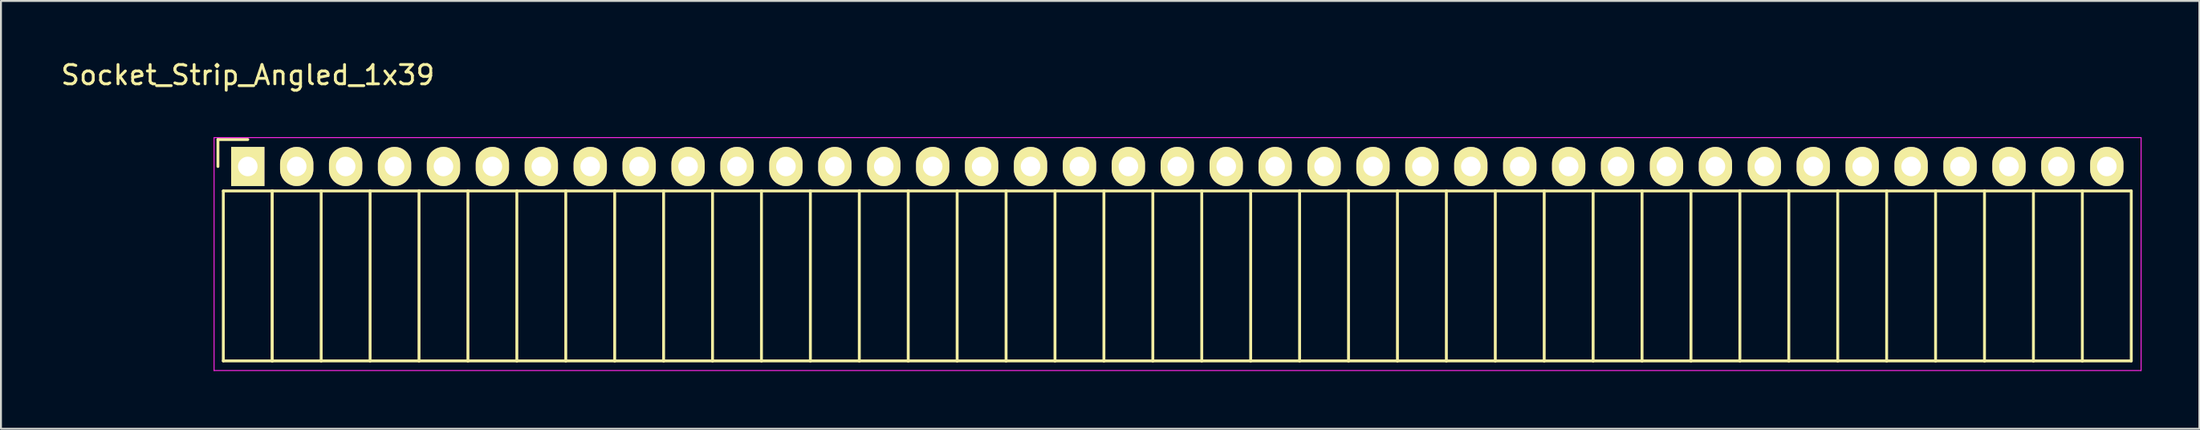
<source format=kicad_pcb>
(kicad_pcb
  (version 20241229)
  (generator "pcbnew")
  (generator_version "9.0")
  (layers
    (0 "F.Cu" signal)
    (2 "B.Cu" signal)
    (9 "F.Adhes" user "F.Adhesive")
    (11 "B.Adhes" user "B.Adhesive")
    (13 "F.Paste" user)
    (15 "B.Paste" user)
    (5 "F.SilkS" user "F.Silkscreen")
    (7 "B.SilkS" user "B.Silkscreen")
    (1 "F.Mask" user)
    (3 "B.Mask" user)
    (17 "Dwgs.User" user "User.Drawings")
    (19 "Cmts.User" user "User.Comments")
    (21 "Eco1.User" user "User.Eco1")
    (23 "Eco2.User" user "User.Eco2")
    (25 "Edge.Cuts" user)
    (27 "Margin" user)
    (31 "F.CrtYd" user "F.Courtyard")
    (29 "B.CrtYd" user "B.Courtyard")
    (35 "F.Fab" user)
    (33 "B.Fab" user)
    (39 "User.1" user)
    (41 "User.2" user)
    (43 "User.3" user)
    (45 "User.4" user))
  (footprint "Socket_Strip_Angled_1x39"
    (layer "F.Cu")
    (at 9.815 5.598)
    (property "Reference" "Socket_Strip_Angled_1x39" (at 0 -4.75 0) (layer "F.SilkS") (effects (font (size 1 1) (thickness 0.15))))
    (attr through_hole)
    (fp_line (start -1.55 -1.4) (end -1.55 0) (stroke (width 0.15) (type solid)) (layer "F.SilkS"))
    (fp_line (start -1.27 1.27) (end -1.27 10.1) (stroke (width 0.15) (type solid)) (layer "F.SilkS"))
    (fp_line (start -1.27 1.27) (end 1.27 1.27) (stroke (width 0.15) (type solid)) (layer "F.SilkS"))
    (fp_line (start -1.27 10.1) (end 1.27 10.1) (stroke (width 0.15) (type solid)) (layer "F.SilkS"))
    (fp_line (start 0 -1.4) (end -1.55 -1.4) (stroke (width 0.15) (type solid)) (layer "F.SilkS"))
    (fp_line (start 1.27 1.27) (end 1.27 10.1) (stroke (width 0.15) (type solid)) (layer "F.SilkS"))
    (fp_line (start 1.27 1.27) (end 3.81 1.27) (stroke (width 0.15) (type solid)) (layer "F.SilkS"))
    (fp_line (start 1.27 10.1) (end 1.27 1.27) (stroke (width 0.15) (type solid)) (layer "F.SilkS"))
    (fp_line (start 1.27 10.1) (end 3.81 10.1) (stroke (width 0.15) (type solid)) (layer "F.SilkS"))
    (fp_line (start 3.81 1.27) (end 6.35 1.27) (stroke (width 0.15) (type solid)) (layer "F.SilkS"))
    (fp_line (start 3.81 10.1) (end 3.81 1.27) (stroke (width 0.15) (type solid)) (layer "F.SilkS"))
    (fp_line (start 3.81 10.1) (end 6.35 10.1) (stroke (width 0.15) (type solid)) (layer "F.SilkS"))
    (fp_line (start 6.35 1.27) (end 8.89 1.27) (stroke (width 0.15) (type solid)) (layer "F.SilkS"))
    (fp_line (start 6.35 10.1) (end 6.35 1.27) (stroke (width 0.15) (type solid)) (layer "F.SilkS"))
    (fp_line (start 6.35 10.1) (end 8.89 10.1) (stroke (width 0.15) (type solid)) (layer "F.SilkS"))
    (fp_line (start 8.89 1.27) (end 11.43 1.27) (stroke (width 0.15) (type solid)) (layer "F.SilkS"))
    (fp_line (start 8.89 10.1) (end 8.89 1.27) (stroke (width 0.15) (type solid)) (layer "F.SilkS"))
    (fp_line (start 8.89 10.1) (end 11.43 10.1) (stroke (width 0.15) (type solid)) (layer "F.SilkS"))
    (fp_line (start 11.43 1.27) (end 13.97 1.27) (stroke (width 0.15) (type solid)) (layer "F.SilkS"))
    (fp_line (start 11.43 10.1) (end 11.43 1.27) (stroke (width 0.15) (type solid)) (layer "F.SilkS"))
    (fp_line (start 11.43 10.1) (end 13.97 10.1) (stroke (width 0.15) (type solid)) (layer "F.SilkS"))
    (fp_line (start 13.97 1.27) (end 16.51 1.27) (stroke (width 0.15) (type solid)) (layer "F.SilkS"))
    (fp_line (start 13.97 10.1) (end 13.97 1.27) (stroke (width 0.15) (type solid)) (layer "F.SilkS"))
    (fp_line (start 13.97 10.1) (end 16.51 10.1) (stroke (width 0.15) (type solid)) (layer "F.SilkS"))
    (fp_line (start 16.51 1.27) (end 19.05 1.27) (stroke (width 0.15) (type solid)) (layer "F.SilkS"))
    (fp_line (start 16.51 10.1) (end 16.51 1.27) (stroke (width 0.15) (type solid)) (layer "F.SilkS"))
    (fp_line (start 16.51 10.1) (end 19.05 10.1) (stroke (width 0.15) (type solid)) (layer "F.SilkS"))
    (fp_line (start 19.05 1.27) (end 21.59 1.27) (stroke (width 0.15) (type solid)) (layer "F.SilkS"))
    (fp_line (start 19.05 10.1) (end 19.05 1.27) (stroke (width 0.15) (type solid)) (layer "F.SilkS"))
    (fp_line (start 19.05 10.1) (end 21.59 10.1) (stroke (width 0.15) (type solid)) (layer "F.SilkS"))
    (fp_line (start 21.59 1.27) (end 24.13 1.27) (stroke (width 0.15) (type solid)) (layer "F.SilkS"))
    (fp_line (start 21.59 10.1) (end 21.59 1.27) (stroke (width 0.15) (type solid)) (layer "F.SilkS"))
    (fp_line (start 21.59 10.1) (end 24.13 10.1) (stroke (width 0.15) (type solid)) (layer "F.SilkS"))
    (fp_line (start 24.13 1.27) (end 26.67 1.27) (stroke (width 0.15) (type solid)) (layer "F.SilkS"))
    (fp_line (start 24.13 10.1) (end 24.13 1.27) (stroke (width 0.15) (type solid)) (layer "F.SilkS"))
    (fp_line (start 24.13 10.1) (end 26.67 10.1) (stroke (width 0.15) (type solid)) (layer "F.SilkS"))
    (fp_line (start 26.67 1.27) (end 29.21 1.27) (stroke (width 0.15) (type solid)) (layer "F.SilkS"))
    (fp_line (start 26.67 10.1) (end 26.67 1.27) (stroke (width 0.15) (type solid)) (layer "F.SilkS"))
    (fp_line (start 26.67 10.1) (end 29.21 10.1) (stroke (width 0.15) (type solid)) (layer "F.SilkS"))
    (fp_line (start 29.21 1.27) (end 31.75 1.27) (stroke (width 0.15) (type solid)) (layer "F.SilkS"))
    (fp_line (start 29.21 10.1) (end 29.21 1.27) (stroke (width 0.15) (type solid)) (layer "F.SilkS"))
    (fp_line (start 29.21 10.1) (end 31.75 10.1) (stroke (width 0.15) (type solid)) (layer "F.SilkS"))
    (fp_line (start 31.75 1.27) (end 34.29 1.27) (stroke (width 0.15) (type solid)) (layer "F.SilkS"))
    (fp_line (start 31.75 10.1) (end 31.75 1.27) (stroke (width 0.15) (type solid)) (layer "F.SilkS"))
    (fp_line (start 31.75 10.1) (end 34.29 10.1) (stroke (width 0.15) (type solid)) (layer "F.SilkS"))
    (fp_line (start 34.29 1.27) (end 36.83 1.27) (stroke (width 0.15) (type solid)) (layer "F.SilkS"))
    (fp_line (start 34.29 10.1) (end 34.29 1.27) (stroke (width 0.15) (type solid)) (layer "F.SilkS"))
    (fp_line (start 34.29 10.1) (end 36.83 10.1) (stroke (width 0.15) (type solid)) (layer "F.SilkS"))
    (fp_line (start 36.83 1.27) (end 39.37 1.27) (stroke (width 0.15) (type solid)) (layer "F.SilkS"))
    (fp_line (start 36.83 10.1) (end 36.83 1.27) (stroke (width 0.15) (type solid)) (layer "F.SilkS"))
    (fp_line (start 36.83 10.1) (end 39.37 10.1) (stroke (width 0.15) (type solid)) (layer "F.SilkS"))
    (fp_line (start 39.37 1.27) (end 41.91 1.27) (stroke (width 0.15) (type solid)) (layer "F.SilkS"))
    (fp_line (start 39.37 10.1) (end 39.37 1.27) (stroke (width 0.15) (type solid)) (layer "F.SilkS"))
    (fp_line (start 39.37 10.1) (end 41.91 10.1) (stroke (width 0.15) (type solid)) (layer "F.SilkS"))
    (fp_line (start 41.91 1.27) (end 44.45 1.27) (stroke (width 0.15) (type solid)) (layer "F.SilkS"))
    (fp_line (start 41.91 10.1) (end 41.91 1.27) (stroke (width 0.15) (type solid)) (layer "F.SilkS"))
    (fp_line (start 41.91 10.1) (end 44.45 10.1) (stroke (width 0.15) (type solid)) (layer "F.SilkS"))
    (fp_line (start 44.45 1.27) (end 46.99 1.27) (stroke (width 0.15) (type solid)) (layer "F.SilkS"))
    (fp_line (start 44.45 10.1) (end 44.45 1.27) (stroke (width 0.15) (type solid)) (layer "F.SilkS"))
    (fp_line (start 44.45 10.1) (end 46.99 10.1) (stroke (width 0.15) (type solid)) (layer "F.SilkS"))
    (fp_line (start 46.99 1.27) (end 49.53 1.27) (stroke (width 0.15) (type solid)) (layer "F.SilkS"))
    (fp_line (start 46.99 10.1) (end 46.99 1.27) (stroke (width 0.15) (type solid)) (layer "F.SilkS"))
    (fp_line (start 46.99 10.1) (end 49.53 10.1) (stroke (width 0.15) (type solid)) (layer "F.SilkS"))
    (fp_line (start 49.53 1.27) (end 52.07 1.27) (stroke (width 0.15) (type solid)) (layer "F.SilkS"))
    (fp_line (start 49.53 10.1) (end 49.53 1.27) (stroke (width 0.15) (type solid)) (layer "F.SilkS"))
    (fp_line (start 49.53 10.1) (end 52.07 10.1) (stroke (width 0.15) (type solid)) (layer "F.SilkS"))
    (fp_line (start 52.07 1.27) (end 54.61 1.27) (stroke (width 0.15) (type solid)) (layer "F.SilkS"))
    (fp_line (start 52.07 10.1) (end 52.07 1.27) (stroke (width 0.15) (type solid)) (layer "F.SilkS"))
    (fp_line (start 52.07 10.1) (end 54.61 10.1) (stroke (width 0.15) (type solid)) (layer "F.SilkS"))
    (fp_line (start 54.61 1.27) (end 57.15 1.27) (stroke (width 0.15) (type solid)) (layer "F.SilkS"))
    (fp_line (start 54.61 10.1) (end 54.61 1.27) (stroke (width 0.15) (type solid)) (layer "F.SilkS"))
    (fp_line (start 54.61 10.1) (end 57.15 10.1) (stroke (width 0.15) (type solid)) (layer "F.SilkS"))
    (fp_line (start 57.15 1.27) (end 59.69 1.27) (stroke (width 0.15) (type solid)) (layer "F.SilkS"))
    (fp_line (start 57.15 10.1) (end 57.15 1.27) (stroke (width 0.15) (type solid)) (layer "F.SilkS"))
    (fp_line (start 57.15 10.1) (end 59.69 10.1) (stroke (width 0.15) (type solid)) (layer "F.SilkS"))
    (fp_line (start 59.69 1.27) (end 62.23 1.27) (stroke (width 0.15) (type solid)) (layer "F.SilkS"))
    (fp_line (start 59.69 10.1) (end 59.69 1.27) (stroke (width 0.15) (type solid)) (layer "F.SilkS"))
    (fp_line (start 59.69 10.1) (end 62.23 10.1) (stroke (width 0.15) (type solid)) (layer "F.SilkS"))
    (fp_line (start 62.23 1.27) (end 64.77 1.27) (stroke (width 0.15) (type solid)) (layer "F.SilkS"))
    (fp_line (start 62.23 10.1) (end 62.23 1.27) (stroke (width 0.15) (type solid)) (layer "F.SilkS"))
    (fp_line (start 62.23 10.1) (end 64.77 10.1) (stroke (width 0.15) (type solid)) (layer "F.SilkS"))
    (fp_line (start 64.77 1.27) (end 67.31 1.27) (stroke (width 0.15) (type solid)) (layer "F.SilkS"))
    (fp_line (start 64.77 10.1) (end 64.77 1.27) (stroke (width 0.15) (type solid)) (layer "F.SilkS"))
    (fp_line (start 64.77 10.1) (end 67.31 10.1) (stroke (width 0.15) (type solid)) (layer "F.SilkS"))
    (fp_line (start 67.31 1.27) (end 69.85 1.27) (stroke (width 0.15) (type solid)) (layer "F.SilkS"))
    (fp_line (start 67.31 10.1) (end 67.31 1.27) (stroke (width 0.15) (type solid)) (layer "F.SilkS"))
    (fp_line (start 67.31 10.1) (end 69.85 10.1) (stroke (width 0.15) (type solid)) (layer "F.SilkS"))
    (fp_line (start 69.85 1.27) (end 72.39 1.27) (stroke (width 0.15) (type solid)) (layer "F.SilkS"))
    (fp_line (start 69.85 10.1) (end 69.85 1.27) (stroke (width 0.15) (type solid)) (layer "F.SilkS"))
    (fp_line (start 69.85 10.1) (end 72.39 10.1) (stroke (width 0.15) (type solid)) (layer "F.SilkS"))
    (fp_line (start 72.39 1.27) (end 74.93 1.27) (stroke (width 0.15) (type solid)) (layer "F.SilkS"))
    (fp_line (start 72.39 10.1) (end 72.39 1.27) (stroke (width 0.15) (type solid)) (layer "F.SilkS"))
    (fp_line (start 72.39 10.1) (end 74.93 10.1) (stroke (width 0.15) (type solid)) (layer "F.SilkS"))
    (fp_line (start 74.93 1.27) (end 77.47 1.27) (stroke (width 0.15) (type solid)) (layer "F.SilkS"))
    (fp_line (start 74.93 10.1) (end 74.93 1.27) (stroke (width 0.15) (type solid)) (layer "F.SilkS"))
    (fp_line (start 74.93 10.1) (end 77.47 10.1) (stroke (width 0.15) (type solid)) (layer "F.SilkS"))
    (fp_line (start 77.47 1.27) (end 80.01 1.27) (stroke (width 0.15) (type solid)) (layer "F.SilkS"))
    (fp_line (start 77.47 10.1) (end 77.47 1.27) (stroke (width 0.15) (type solid)) (layer "F.SilkS"))
    (fp_line (start 77.47 10.1) (end 80.01 10.1) (stroke (width 0.15) (type solid)) (layer "F.SilkS"))
    (fp_line (start 80.01 1.27) (end 82.55 1.27) (stroke (width 0.15) (type solid)) (layer "F.SilkS"))
    (fp_line (start 80.01 10.1) (end 80.01 1.27) (stroke (width 0.15) (type solid)) (layer "F.SilkS"))
    (fp_line (start 80.01 10.1) (end 82.55 10.1) (stroke (width 0.15) (type solid)) (layer "F.SilkS"))
    (fp_line (start 82.55 1.27) (end 85.09 1.27) (stroke (width 0.15) (type solid)) (layer "F.SilkS"))
    (fp_line (start 82.55 10.1) (end 82.55 1.27) (stroke (width 0.15) (type solid)) (layer "F.SilkS"))
    (fp_line (start 82.55 10.1) (end 85.09 10.1) (stroke (width 0.15) (type solid)) (layer "F.SilkS"))
    (fp_line (start 85.09 1.27) (end 87.63 1.27) (stroke (width 0.15) (type solid)) (layer "F.SilkS"))
    (fp_line (start 85.09 10.1) (end 85.09 1.27) (stroke (width 0.15) (type solid)) (layer "F.SilkS"))
    (fp_line (start 85.09 10.1) (end 87.63 10.1) (stroke (width 0.15) (type solid)) (layer "F.SilkS"))
    (fp_line (start 87.63 1.27) (end 90.17 1.27) (stroke (width 0.15) (type solid)) (layer "F.SilkS"))
    (fp_line (start 87.63 10.1) (end 87.63 1.27) (stroke (width 0.15) (type solid)) (layer "F.SilkS"))
    (fp_line (start 87.63 10.1) (end 90.17 10.1) (stroke (width 0.15) (type solid)) (layer "F.SilkS"))
    (fp_line (start 90.17 1.27) (end 92.71 1.27) (stroke (width 0.15) (type solid)) (layer "F.SilkS"))
    (fp_line (start 90.17 10.1) (end 90.17 1.27) (stroke (width 0.15) (type solid)) (layer "F.SilkS"))
    (fp_line (start 90.17 10.1) (end 92.71 10.1) (stroke (width 0.15) (type solid)) (layer "F.SilkS"))
    (fp_line (start 92.71 1.27) (end 95.25 1.27) (stroke (width 0.15) (type solid)) (layer "F.SilkS"))
    (fp_line (start 92.71 10.1) (end 92.71 1.27) (stroke (width 0.15) (type solid)) (layer "F.SilkS"))
    (fp_line (start 92.71 10.1) (end 95.25 10.1) (stroke (width 0.15) (type solid)) (layer "F.SilkS"))
    (fp_line (start 95.25 1.27) (end 97.79 1.27) (stroke (width 0.15) (type solid)) (layer "F.SilkS"))
    (fp_line (start 95.25 10.1) (end 95.25 1.27) (stroke (width 0.15) (type solid)) (layer "F.SilkS"))
    (fp_line (start 95.25 10.1) (end 97.79 10.1) (stroke (width 0.15) (type solid)) (layer "F.SilkS"))
    (fp_line (start 97.79 10.1) (end 97.79 1.27) (stroke (width 0.15) (type solid)) (layer "F.SilkS"))
    (fp_line (start -1.75 -1.5) (end -1.75 10.6) (stroke (width 0.05) (type solid)) (layer "F.CrtYd"))
    (fp_line (start -1.75 -1.5) (end 98.3 -1.5) (stroke (width 0.05) (type solid)) (layer "F.CrtYd"))
    (fp_line (start -1.75 10.6) (end 98.3 10.6) (stroke (width 0.05) (type solid)) (layer "F.CrtYd"))
    (fp_line (start 98.3 -1.5) (end 98.3 10.6) (stroke (width 0.05) (type solid)) (layer "F.CrtYd"))
    (pad "1" thru_hole rect (at 0 0) (size 1.727 2.032) (drill 1.016) (layers "*.Cu" "*.Mask" "F.SilkS"))
    (pad "2" thru_hole oval (at 2.54 0) (size 1.727 2.032) (drill 1.016) (layers "*.Cu" "*.Mask" "F.SilkS"))
    (pad "3" thru_hole oval (at 5.08 0) (size 1.727 2.032) (drill 1.016) (layers "*.Cu" "*.Mask" "F.SilkS"))
    (pad "4" thru_hole oval (at 7.62 0) (size 1.727 2.032) (drill 1.016) (layers "*.Cu" "*.Mask" "F.SilkS"))
    (pad "5" thru_hole oval (at 10.16 0) (size 1.727 2.032) (drill 1.016) (layers "*.Cu" "*.Mask" "F.SilkS"))
    (pad "6" thru_hole oval (at 12.7 0) (size 1.727 2.032) (drill 1.016) (layers "*.Cu" "*.Mask" "F.SilkS"))
    (pad "7" thru_hole oval (at 15.24 0) (size 1.727 2.032) (drill 1.016) (layers "*.Cu" "*.Mask" "F.SilkS"))
    (pad "8" thru_hole oval (at 17.78 0) (size 1.727 2.032) (drill 1.016) (layers "*.Cu" "*.Mask" "F.SilkS"))
    (pad "9" thru_hole oval (at 20.32 0) (size 1.727 2.032) (drill 1.016) (layers "*.Cu" "*.Mask" "F.SilkS"))
    (pad "10" thru_hole oval (at 22.86 0) (size 1.727 2.032) (drill 1.016) (layers "*.Cu" "*.Mask" "F.SilkS"))
    (pad "11" thru_hole oval (at 25.4 0) (size 1.727 2.032) (drill 1.016) (layers "*.Cu" "*.Mask" "F.SilkS"))
    (pad "12" thru_hole oval (at 27.94 0) (size 1.727 2.032) (drill 1.016) (layers "*.Cu" "*.Mask" "F.SilkS"))
    (pad "13" thru_hole oval (at 30.48 0) (size 1.727 2.032) (drill 1.016) (layers "*.Cu" "*.Mask" "F.SilkS"))
    (pad "14" thru_hole oval (at 33.02 0) (size 1.727 2.032) (drill 1.016) (layers "*.Cu" "*.Mask" "F.SilkS"))
    (pad "15" thru_hole oval (at 35.56 0) (size 1.727 2.032) (drill 1.016) (layers "*.Cu" "*.Mask" "F.SilkS"))
    (pad "16" thru_hole oval (at 38.1 0) (size 1.727 2.032) (drill 1.016) (layers "*.Cu" "*.Mask" "F.SilkS"))
    (pad "17" thru_hole oval (at 40.64 0) (size 1.727 2.032) (drill 1.016) (layers "*.Cu" "*.Mask" "F.SilkS"))
    (pad "18" thru_hole oval (at 43.18 0) (size 1.727 2.032) (drill 1.016) (layers "*.Cu" "*.Mask" "F.SilkS"))
    (pad "19" thru_hole oval (at 45.72 0) (size 1.727 2.032) (drill 1.016) (layers "*.Cu" "*.Mask" "F.SilkS"))
    (pad "20" thru_hole oval (at 48.26 0) (size 1.727 2.032) (drill 1.016) (layers "*.Cu" "*.Mask" "F.SilkS"))
    (pad "21" thru_hole oval (at 50.8 0) (size 1.727 2.032) (drill 1.016) (layers "*.Cu" "*.Mask" "F.SilkS"))
    (pad "22" thru_hole oval (at 53.34 0) (size 1.727 2.032) (drill 1.016) (layers "*.Cu" "*.Mask" "F.SilkS"))
    (pad "23" thru_hole oval (at 55.88 0) (size 1.727 2.032) (drill 1.016) (layers "*.Cu" "*.Mask" "F.SilkS"))
    (pad "24" thru_hole oval (at 58.42 0) (size 1.727 2.032) (drill 1.016) (layers "*.Cu" "*.Mask" "F.SilkS"))
    (pad "25" thru_hole oval (at 60.96 0) (size 1.727 2.032) (drill 1.016) (layers "*.Cu" "*.Mask" "F.SilkS"))
    (pad "26" thru_hole oval (at 63.5 0) (size 1.727 2.032) (drill 1.016) (layers "*.Cu" "*.Mask" "F.SilkS"))
    (pad "27" thru_hole oval (at 66.04 0) (size 1.727 2.032) (drill 1.016) (layers "*.Cu" "*.Mask" "F.SilkS"))
    (pad "28" thru_hole oval (at 68.58 0) (size 1.727 2.032) (drill 1.016) (layers "*.Cu" "*.Mask" "F.SilkS"))
    (pad "29" thru_hole oval (at 71.12 0) (size 1.727 2.032) (drill 1.016) (layers "*.Cu" "*.Mask" "F.SilkS"))
    (pad "30" thru_hole oval (at 73.66 0) (size 1.727 2.032) (drill 1.016) (layers "*.Cu" "*.Mask" "F.SilkS"))
    (pad "31" thru_hole oval (at 76.2 0) (size 1.727 2.032) (drill 1.016) (layers "*.Cu" "*.Mask" "F.SilkS"))
    (pad "32" thru_hole oval (at 78.74 0) (size 1.727 2.032) (drill 1.016) (layers "*.Cu" "*.Mask" "F.SilkS"))
    (pad "33" thru_hole oval (at 81.28 0) (size 1.727 2.032) (drill 1.016) (layers "*.Cu" "*.Mask" "F.SilkS"))
    (pad "34" thru_hole oval (at 83.82 0) (size 1.727 2.032) (drill 1.016) (layers "*.Cu" "*.Mask" "F.SilkS"))
    (pad "35" thru_hole oval (at 86.36 0) (size 1.727 2.032) (drill 1.016) (layers "*.Cu" "*.Mask" "F.SilkS"))
    (pad "36" thru_hole oval (at 88.9 0) (size 1.727 2.032) (drill 1.016) (layers "*.Cu" "*.Mask" "F.SilkS"))
    (pad "37" thru_hole oval (at 91.44 0) (size 1.727 2.032) (drill 1.016) (layers "*.Cu" "*.Mask" "F.SilkS"))
    (pad "38" thru_hole oval (at 93.98 0) (size 1.727 2.032) (drill 1.016) (layers "*.Cu" "*.Mask" "F.SilkS"))
    (pad "39" thru_hole oval (at 96.52 0) (size 1.727 2.032) (drill 1.016) (layers "*.Cu" "*.Mask" "F.SilkS")))
  (gr_rect
    (start -3 -3)
    (end 111.14 19.223)
    (stroke (width 0.1) (type default))
    (fill no)
    (layer "Edge.Cuts")))
</source>
